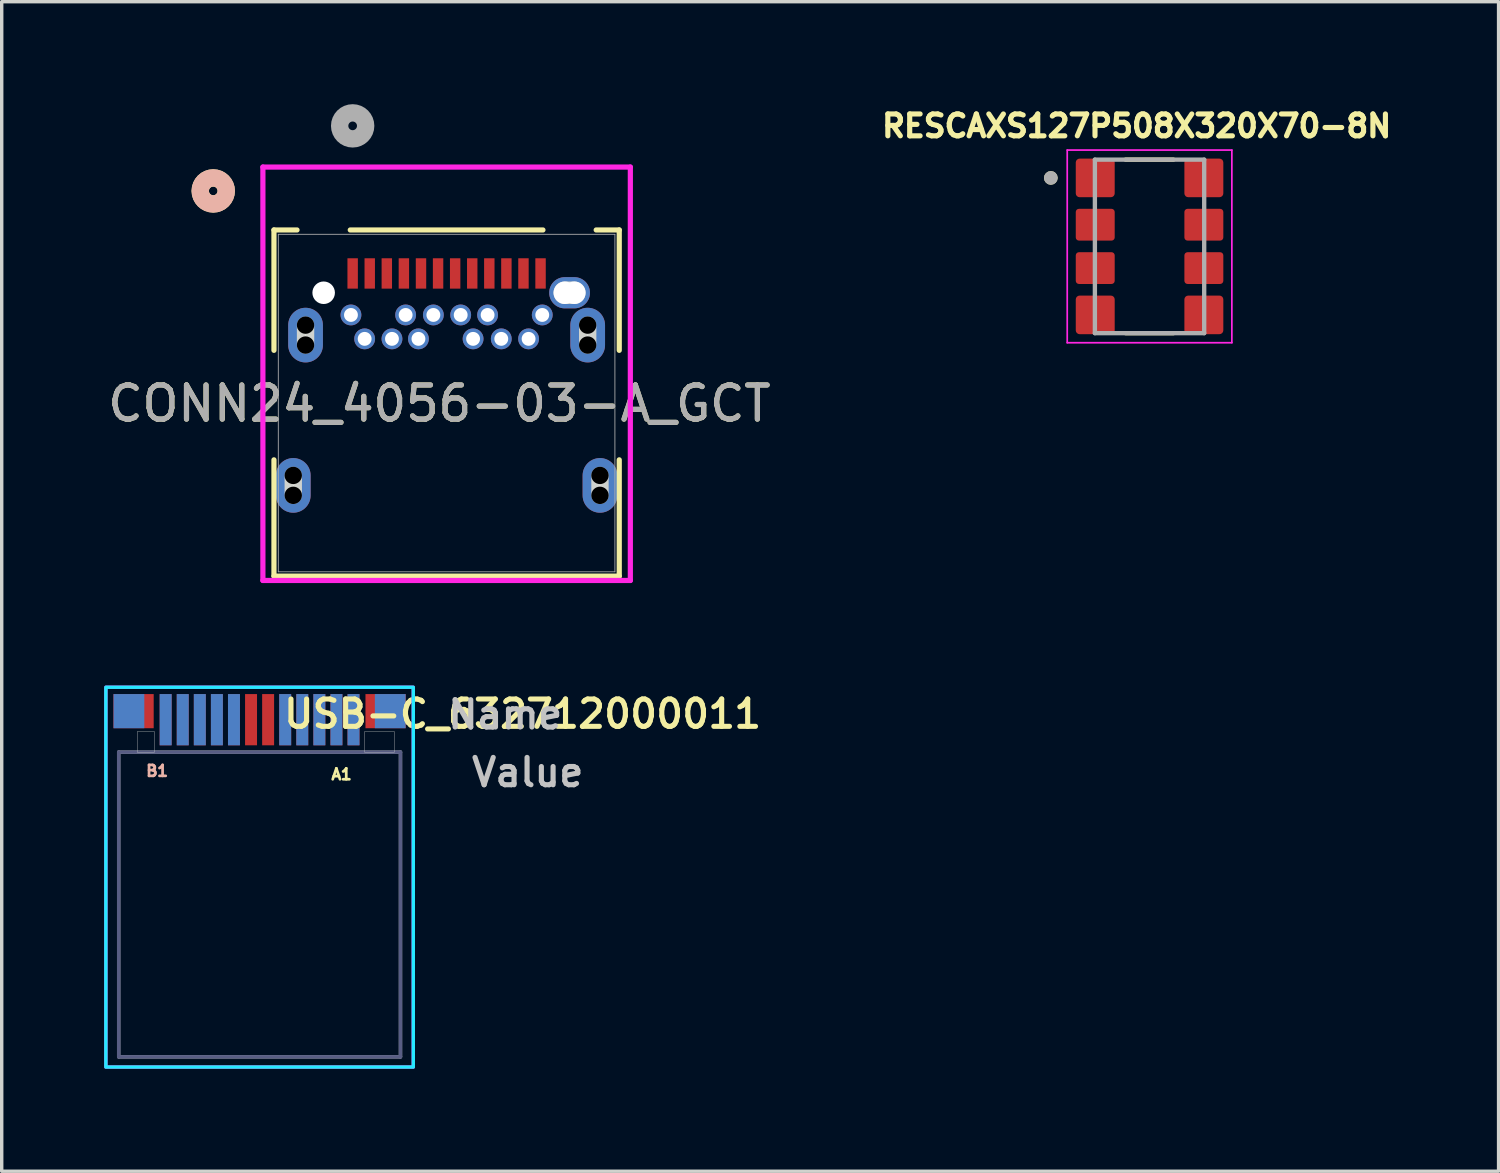
<source format=kicad_pcb>
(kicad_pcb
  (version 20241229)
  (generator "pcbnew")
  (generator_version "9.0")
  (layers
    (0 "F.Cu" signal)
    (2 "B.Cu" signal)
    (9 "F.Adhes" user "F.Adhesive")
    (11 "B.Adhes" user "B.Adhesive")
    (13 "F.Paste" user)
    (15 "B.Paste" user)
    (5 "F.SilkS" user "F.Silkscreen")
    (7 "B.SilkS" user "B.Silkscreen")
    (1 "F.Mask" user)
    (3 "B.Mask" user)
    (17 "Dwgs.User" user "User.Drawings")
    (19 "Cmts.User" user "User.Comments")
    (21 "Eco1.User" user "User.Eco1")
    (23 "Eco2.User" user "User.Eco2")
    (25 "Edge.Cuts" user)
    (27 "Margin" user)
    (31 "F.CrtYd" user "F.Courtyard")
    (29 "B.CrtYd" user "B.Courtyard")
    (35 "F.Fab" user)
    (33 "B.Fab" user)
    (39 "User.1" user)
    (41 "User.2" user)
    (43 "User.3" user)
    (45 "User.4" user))
  (footprint "USB-C_632712000011"
    (layer "F.Cu")
    (at 4.55 18.021)
    (property "Reference" "USB-C_632712000011" (at 7.7 -0.168 0) (layer "F.SilkS") (effects (font (size 0.8 0.8) (thickness 0.15))))
    (attr smd)
    (fp_line (start -3.58 0.35) (end -3.58 0.95) (stroke (width 0.01) (type solid)) (layer "Edge.Cuts"))
    (fp_line (start -3.58 0.95) (end -3.08 0.95) (stroke (width 0.01) (type solid)) (layer "Edge.Cuts"))
    (fp_line (start -3.08 0.35) (end -3.58 0.35) (stroke (width 0.01) (type solid)) (layer "Edge.Cuts"))
    (fp_line (start -3.08 0.95) (end -3.08 0.35) (stroke (width 0.01) (type solid)) (layer "Edge.Cuts"))
    (fp_line (start 3.075 0.35) (end 3.075 0.95) (stroke (width 0.01) (type solid)) (layer "Edge.Cuts"))
    (fp_line (start 3.075 0.95) (end 3.945 0.95) (stroke (width 0.01) (type solid)) (layer "Edge.Cuts"))
    (fp_line (start 3.945 0.35) (end 3.075 0.35) (stroke (width 0.01) (type solid)) (layer "Edge.Cuts"))
    (fp_line (start 3.945 0.95) (end 3.945 0.35) (stroke (width 0.01) (type solid)) (layer "Edge.Cuts"))
    (fp_poly (pts (xy -4.5 -0.95) (xy 4.5 -0.95) (xy 4.5 10.17) (xy -4.5 10.17)) (stroke (width 0.1) (type solid)) (fill no) (layer "B.CrtYd"))
    (fp_poly (pts (xy -4.5 -0.95) (xy 4.5 -0.95) (xy 4.5 10.17) (xy -4.5 10.17)) (stroke (width 0.1) (type solid)) (fill no) (layer "F.CrtYd"))
    (fp_line (start -4.125 0.95) (end -4.125 9.87) (stroke (width 0.1) (type solid)) (layer "B.Fab"))
    (fp_line (start -4.125 0.95) (end 4.125 0.95) (stroke (width 0.1) (type solid)) (layer "B.Fab"))
    (fp_line (start -4.125 9.87) (end 4.125 9.87) (stroke (width 0.1) (type solid)) (layer "B.Fab"))
    (fp_line (start 4.125 9.87) (end 4.125 0.95) (stroke (width 0.1) (type solid)) (layer "B.Fab"))
    (fp_line (start -4.125 0.95) (end -4.125 9.87) (stroke (width 0.1) (type solid)) (layer "F.Fab"))
    (fp_line (start -4.125 9.87) (end 4.125 9.87) (stroke (width 0.1) (type solid)) (layer "F.Fab"))
    (fp_line (start 4.125 0.95) (end -4.125 0.95) (stroke (width 0.1) (type solid)) (layer "F.Fab"))
    (fp_line (start 4.125 9.87) (end 4.125 0.95) (stroke (width 0.1) (type solid)) (layer "F.Fab"))
    (fp_text user "A1" (at 2.4 1.6 0) (layer "F.SilkS") (effects (font (size 0.32 0.32) (thickness 0.15))))
    (fp_text user "B1" (at -3 1.5 0) (layer "B.SilkS") (effects (font (size 0.32 0.32) (thickness 0.15))))
    (fp_text user "Name" (at 7.192 -0.148 0) (layer "Dwgs.User") (effects (font (size 0.8 0.8) (thickness 0.15))))
    (fp_text user "Value" (at 7.85 1.542 0) (layer "Dwgs.User") (effects (font (size 0.8 0.8) (thickness 0.15))))
    (fp_text user "PCB cutout  area" (at -3.2 0.95 0) (layer "Edge.Cuts") (effects (font (size 0.063 0.063) (thickness 0.15))))
    (fp_text user "PCB cutout  area" (at -3.2 0.95 0) (layer "Edge.Cuts") (effects (font (size 0.063 0.063) (thickness 0.15))))
    (fp_text user "PCB cutout  area" (at 3.15 0.7 0) (layer "Edge.Cuts") (effects (font (size 0.063 0.063) (thickness 0.15))))
    (pad "A1" smd rect (at 2.75 0) (size 0.35 1.5) (layers "F.Cu" "F.Mask" "F.Paste"))
    (pad "A2" smd rect (at 2.25 0) (size 0.35 1.5) (layers "F.Cu" "F.Mask" "F.Paste"))
    (pad "A3" smd rect (at 1.75 0) (size 0.35 1.5) (layers "F.Cu" "F.Mask" "F.Paste"))
    (pad "A4" smd rect (at 1.25 0) (size 0.35 1.5) (layers "F.Cu" "F.Mask" "F.Paste"))
    (pad "A5" smd rect (at 0.75 0) (size 0.35 1.5) (layers "F.Cu" "F.Mask" "F.Paste"))
    (pad "A6" smd rect (at 0.25 0) (size 0.35 1.5) (layers "F.Cu" "F.Mask" "F.Paste"))
    (pad "A7" smd rect (at -0.25 0) (size 0.35 1.5) (layers "F.Cu" "F.Mask" "F.Paste"))
    (pad "A8" smd rect (at -0.75 0) (size 0.35 1.5) (layers "F.Cu" "F.Mask" "F.Paste"))
    (pad "A9" smd rect (at -1.25 0) (size 0.35 1.5) (layers "F.Cu" "F.Mask" "F.Paste"))
    (pad "A10" smd rect (at -1.75 0) (size 0.35 1.5) (layers "F.Cu" "F.Mask" "F.Paste"))
    (pad "A11" smd rect (at -2.25 0) (size 0.35 1.5) (layers "F.Cu" "F.Mask" "F.Paste"))
    (pad "A12" smd rect (at -2.75 0) (size 0.35 1.5) (layers "F.Cu" "F.Mask" "F.Paste"))
    (pad "B1" smd rect (at -2.75 0) (size 0.35 1.5) (layers "B.Cu" "B.Mask" "B.Paste"))
    (pad "B2" smd rect (at -2.25 0) (size 0.35 1.5) (layers "B.Cu" "B.Mask" "B.Paste"))
    (pad "B3" smd rect (at -1.75 0) (size 0.35 1.5) (layers "B.Cu" "B.Mask" "B.Paste"))
    (pad "B4" smd rect (at -1.25 0) (size 0.35 1.5) (layers "B.Cu" "B.Mask" "B.Paste"))
    (pad "B5" smd rect (at -0.75 0) (size 0.35 1.5) (layers "B.Cu" "B.Mask" "B.Paste"))
    (pad "B8" smd rect (at 0.75 0) (size 0.35 1.5) (layers "B.Cu" "B.Mask" "B.Paste"))
    (pad "B9" smd rect (at 1.25 0) (size 0.35 1.5) (layers "B.Cu" "B.Mask" "B.Paste"))
    (pad "B10" smd rect (at 1.75 0) (size 0.35 1.5) (layers "B.Cu" "B.Mask" "B.Paste"))
    (pad "B11" smd rect (at 2.25 0) (size 0.35 1.5) (layers "B.Cu" "B.Mask" "B.Paste"))
    (pad "B12" smd rect (at 2.75 0) (size 0.35 1.5) (layers "B.Cu" "B.Mask" "B.Paste"))
    (pad "S1" smd rect (at -3.69 -0.25) (size 1.18 1) (layers "F.Cu" "F.Mask" "F.Paste"))
    (pad "S2" smd rect (at 3.69 -0.25) (size 1.18 1) (layers "F.Cu" "F.Mask" "F.Paste"))
    (pad "S3" smd rect (at -3.825 -0.25) (size 0.9 1) (layers "B.Cu" "B.Mask" "B.Paste"))
    (pad "S4" smd rect (at 3.825 -0.25) (size 0.9 1) (layers "B.Cu" "B.Mask" "B.Paste")))
  (footprint "CONN24_4056-03-A_GCT"
    (layer "F.Cu")
    (at 7.275 4.956)
    (property "Reference" "CONN24_4056-03-A_GCT" (at 2.54 3.81 0) (unlocked yes) (layer "F.SilkS") (effects (font (size 1 1) (thickness 0.15))))
    (attr through_hole)
    (fp_line (start -2.304 -1.273) (end -2.304 2.251) (stroke (width 0.152) (type solid)) (layer "F.SilkS"))
    (fp_line (start -2.304 5.457) (end -2.304 8.862) (stroke (width 0.152) (type solid)) (layer "F.SilkS"))
    (fp_line (start -2.304 8.862) (end 7.805 8.862) (stroke (width 0.152) (type solid)) (layer "F.SilkS"))
    (fp_line (start -1.629 -1.273) (end -2.304 -1.273) (stroke (width 0.152) (type solid)) (layer "F.SilkS"))
    (fp_line (start 5.571 -1.273) (end -0.07 -1.273) (stroke (width 0.152) (type solid)) (layer "F.SilkS"))
    (fp_line (start 7.805 -1.273) (end 7.13 -1.273) (stroke (width 0.152) (type solid)) (layer "F.SilkS"))
    (fp_line (start 7.805 2.251) (end 7.805 -1.273) (stroke (width 0.152) (type solid)) (layer "F.SilkS"))
    (fp_line (start 7.805 8.862) (end 7.805 5.457) (stroke (width 0.152) (type solid)) (layer "F.SilkS"))
    (fp_circle (center -4.082 -2.416) (end -3.701 -2.416) (stroke (width 0.508) (type solid)) (fill no) (layer "F.SilkS"))
    (fp_circle (center -4.082 -2.416) (end -3.701 -2.416) (stroke (width 0.508) (type solid)) (fill no) (layer "B.SilkS"))
    (fp_line (start -1.739 6.497) (end -1.739 5.913) (stroke (width 0.508) (type solid)) (layer "Edge.Cuts"))
    (fp_line (start -1.379 2.097) (end -1.379 1.513) (stroke (width 0.508) (type solid)) (layer "Edge.Cuts"))
    (fp_line (start 6.211 0.565) (end 6.49 0.565) (stroke (width 0.66) (type solid)) (layer "Edge.Cuts"))
    (fp_line (start 6.881 2.097) (end 6.881 1.513) (stroke (width 0.508) (type solid)) (layer "Edge.Cuts"))
    (fp_line (start 7.241 6.497) (end 7.241 5.913) (stroke (width 0.508) (type solid)) (layer "Edge.Cuts"))
    (fp_line (start -2.628 -3.115) (end -2.628 8.989) (stroke (width 0.152) (type solid)) (layer "F.CrtYd"))
    (fp_line (start -2.628 8.989) (end 8.13 8.989) (stroke (width 0.152) (type solid)) (layer "F.CrtYd"))
    (fp_line (start 8.13 -3.115) (end -2.628 -3.115) (stroke (width 0.152) (type solid)) (layer "F.CrtYd"))
    (fp_line (start 8.13 8.989) (end 8.13 -3.115) (stroke (width 0.152) (type solid)) (layer "F.CrtYd"))
    (fp_line (start -2.177 -1.146) (end -2.177 8.735) (stroke (width 0.025) (type solid)) (layer "F.Fab"))
    (fp_line (start -2.177 8.735) (end 7.678 8.735) (stroke (width 0.025) (type solid)) (layer "F.Fab"))
    (fp_line (start 7.678 -1.146) (end -2.177 -1.146) (stroke (width 0.025) (type solid)) (layer "F.Fab"))
    (fp_line (start 7.678 8.735) (end 7.678 -1.146) (stroke (width 0.025) (type solid)) (layer "F.Fab"))
    (fp_circle (center 0 -4.321) (end 0.381 -4.321) (stroke (width 0.508) (type solid)) (fill no) (layer "F.Fab"))
    (fp_text user "${REFERENCE}" (at 2.54 3.81 0) (unlocked yes) (layer "F.Fab") (effects (font (size 1 1) (thickness 0.15))))
    (pad "" np_thru_hole circle (at -1.739 5.913) (size 0.508 0.508) (drill 0.508) (layers))
    (pad "" np_thru_hole circle (at -1.739 6.497) (size 0.508 0.508) (drill 0.508) (layers))
    (pad "" np_thru_hole circle (at -1.379 1.513) (size 0.508 0.508) (drill 0.508) (layers))
    (pad "" np_thru_hole circle (at -1.379 2.097) (size 0.508 0.508) (drill 0.508) (layers))
    (pad "" np_thru_hole circle (at -0.849 0.565) (size 0.66 0.66) (drill 0.66) (layers "*.Cu" "*.Mask"))
    (pad "" np_thru_hole circle (at 6.211 0.565) (size 0.66 0.66) (drill 0.66) (layers "*.Cu" "*.Mask"))
    (pad "" np_thru_hole circle (at 6.49 0.565) (size 0.66 0.66) (drill 0.66) (layers "*.Cu" "*.Mask"))
    (pad "" np_thru_hole circle (at 6.881 1.513) (size 0.508 0.508) (drill 0.508) (layers))
    (pad "" np_thru_hole circle (at 6.881 2.097) (size 0.508 0.508) (drill 0.508) (layers))
    (pad "" np_thru_hole circle (at 7.241 5.913) (size 0.508 0.508) (drill 0.508) (layers))
    (pad "" np_thru_hole circle (at 7.241 6.497) (size 0.508 0.508) (drill 0.508) (layers))
    (pad "25" thru_hole oval (at -1.379 1.805 90) (size 1.6 1.016) (drill 0.025) (layers "*.Cu" "*.Mask"))
    (pad "26" thru_hole oval (at -1.739 6.205 90) (size 1.6 1.016) (drill 0.025) (layers "*.Cu" "*.Mask"))
    (pad "27" thru_hole oval (at 6.881 1.805 90) (size 1.6 1.016) (drill 0.025) (layers "*.Cu" "*.Mask"))
    (pad "28" thru_hole oval (at 7.241 6.205 90) (size 1.6 1.016) (drill 0.025) (layers "*.Cu" "*.Mask"))
    (pad "29" thru_hole oval (at 6.351 0.565) (size 1.194 0.914) (drill 0.025) (layers "*.Cu" "*.Mask"))
    (pad "A1" smd rect (at 0 0) (size 0.305 0.889) (layers "F.Cu" "F.Mask" "F.Paste"))
    (pad "A2" smd rect (at 0.5 0) (size 0.305 0.889) (layers "F.Cu" "F.Mask" "F.Paste"))
    (pad "A3" smd rect (at 1 0) (size 0.305 0.889) (layers "F.Cu" "F.Mask" "F.Paste"))
    (pad "A4" smd rect (at 1.5 0) (size 0.305 0.889) (layers "F.Cu" "F.Mask" "F.Paste"))
    (pad "A5" smd rect (at 2.001 0) (size 0.305 0.889) (layers "F.Cu" "F.Mask" "F.Paste"))
    (pad "A6" smd rect (at 2.501 0) (size 0.305 0.889) (layers "F.Cu" "F.Mask" "F.Paste"))
    (pad "A7" smd rect (at 3.001 0) (size 0.305 0.889) (layers "F.Cu" "F.Mask" "F.Paste"))
    (pad "A8" smd rect (at 3.501 0) (size 0.305 0.889) (layers "F.Cu" "F.Mask" "F.Paste"))
    (pad "A9" smd rect (at 4.001 0) (size 0.305 0.889) (layers "F.Cu" "F.Mask" "F.Paste"))
    (pad "A10" smd rect (at 4.501 0) (size 0.305 0.889) (layers "F.Cu" "F.Mask" "F.Paste"))
    (pad "A11" smd rect (at 5.001 0) (size 0.305 0.889) (layers "F.Cu" "F.Mask" "F.Paste"))
    (pad "A12" smd rect (at 5.501 0) (size 0.305 0.889) (layers "F.Cu" "F.Mask" "F.Paste"))
    (pad "B1" thru_hole circle (at 5.551 1.215) (size 0.61 0.61) (drill 0.406) (layers "*.Cu" "*.Mask"))
    (pad "B2" thru_hole circle (at 5.151 1.915) (size 0.61 0.61) (drill 0.406) (layers "*.Cu" "*.Mask"))
    (pad "B3" thru_hole circle (at 4.351 1.915) (size 0.61 0.61) (drill 0.406) (layers "*.Cu" "*.Mask"))
    (pad "B4" thru_hole circle (at 3.951 1.215) (size 0.61 0.61) (drill 0.406) (layers "*.Cu" "*.Mask"))
    (pad "B5" thru_hole circle (at 3.526 1.915) (size 0.61 0.61) (drill 0.406) (layers "*.Cu" "*.Mask"))
    (pad "B6" thru_hole circle (at 3.163 1.215) (size 0.61 0.61) (drill 0.406) (layers "*.Cu" "*.Mask"))
    (pad "B7" thru_hole circle (at 2.363 1.215) (size 0.61 0.61) (drill 0.406) (layers "*.Cu" "*.Mask"))
    (pad "B8" thru_hole circle (at 1.926 1.915) (size 0.61 0.61) (drill 0.406) (layers "*.Cu" "*.Mask"))
    (pad "B9" thru_hole circle (at 1.551 1.215) (size 0.61 0.61) (drill 0.406) (layers "*.Cu" "*.Mask"))
    (pad "B10" thru_hole circle (at 1.151 1.915) (size 0.61 0.61) (drill 0.406) (layers "*.Cu" "*.Mask"))
    (pad "B11" thru_hole circle (at 0.351 1.915) (size 0.61 0.61) (drill 0.406) (layers "*.Cu" "*.Mask"))
    (pad "B12" thru_hole circle (at -0.05 1.215) (size 0.61 0.61) (drill 0.406) (layers "*.Cu" "*.Mask")))
  (footprint "RESCAXS127P508X320X70-8N"
    (layer "F.Cu")
    (at 30.606 4.164)
    (property "Reference" "RESCAXS127P508X320X70-8N" (at -0.378 -3.526 0) (layer "F.SilkS") (effects (font (size 0.64 0.64) (thickness 0.15))))
    (attr smd)
    (fp_line (start -0.7 -2.54) (end 0.7 -2.54) (stroke (width 0.127) (type solid)) (layer "F.SilkS"))
    (fp_line (start -0.7 2.54) (end 0.7 2.54) (stroke (width 0.127) (type solid)) (layer "F.SilkS"))
    (fp_circle (center -2.89 -2.005) (end -2.79 -2.005) (stroke (width 0.2) (type solid)) (fill no) (layer "F.SilkS"))
    (fp_line (start -2.41 -2.82) (end -2.41 2.82) (stroke (width 0.05) (type solid)) (layer "F.CrtYd"))
    (fp_line (start -2.41 2.82) (end 2.41 2.82) (stroke (width 0.05) (type solid)) (layer "F.CrtYd"))
    (fp_line (start 2.41 -2.82) (end -2.41 -2.82) (stroke (width 0.05) (type solid)) (layer "F.CrtYd"))
    (fp_line (start 2.41 2.82) (end 2.41 -2.82) (stroke (width 0.05) (type solid)) (layer "F.CrtYd"))
    (fp_line (start -1.6 -2.54) (end -1.6 2.54) (stroke (width 0.127) (type solid)) (layer "F.Fab"))
    (fp_line (start -1.6 2.54) (end 1.6 2.54) (stroke (width 0.127) (type solid)) (layer "F.Fab"))
    (fp_line (start 1.6 -2.54) (end -1.6 -2.54) (stroke (width 0.127) (type solid)) (layer "F.Fab"))
    (fp_line (start 1.6 2.54) (end 1.6 -2.54) (stroke (width 0.127) (type solid)) (layer "F.Fab"))
    (fp_circle (center -2.89 -2.005) (end -2.79 -2.005) (stroke (width 0.2) (type solid)) (fill no) (layer "F.Fab"))
    (pad "1" smd roundrect (at -1.59 -2.005) (size 1.14 1.13) (layers "F.Cu" "F.Mask" "F.Paste") (roundrect_rratio 0.1))
    (pad "2" smd roundrect (at -1.59 -0.635) (size 1.14 0.93) (layers "F.Cu" "F.Mask" "F.Paste") (roundrect_rratio 0.1))
    (pad "3" smd roundrect (at -1.59 0.635) (size 1.14 0.93) (layers "F.Cu" "F.Mask" "F.Paste") (roundrect_rratio 0.1))
    (pad "4" smd roundrect (at -1.59 2.005) (size 1.14 1.13) (layers "F.Cu" "F.Mask" "F.Paste") (roundrect_rratio 0.1))
    (pad "5" smd roundrect (at 1.59 2.005) (size 1.14 1.13) (layers "F.Cu" "F.Mask" "F.Paste") (roundrect_rratio 0.1))
    (pad "6" smd roundrect (at 1.59 0.635) (size 1.14 0.93) (layers "F.Cu" "F.Mask" "F.Paste") (roundrect_rratio 0.1))
    (pad "7" smd roundrect (at 1.59 -0.635) (size 1.14 0.93) (layers "F.Cu" "F.Mask" "F.Paste") (roundrect_rratio 0.1))
    (pad "8" smd roundrect (at 1.59 -2.005) (size 1.14 1.13) (layers "F.Cu" "F.Mask" "F.Paste") (roundrect_rratio 0.1)))
  (gr_rect
    (start -3 -3)
    (end 40.825 31.241)
    (stroke (width 0.1) (type default))
    (fill no)
    (layer "Edge.Cuts")))
</source>
